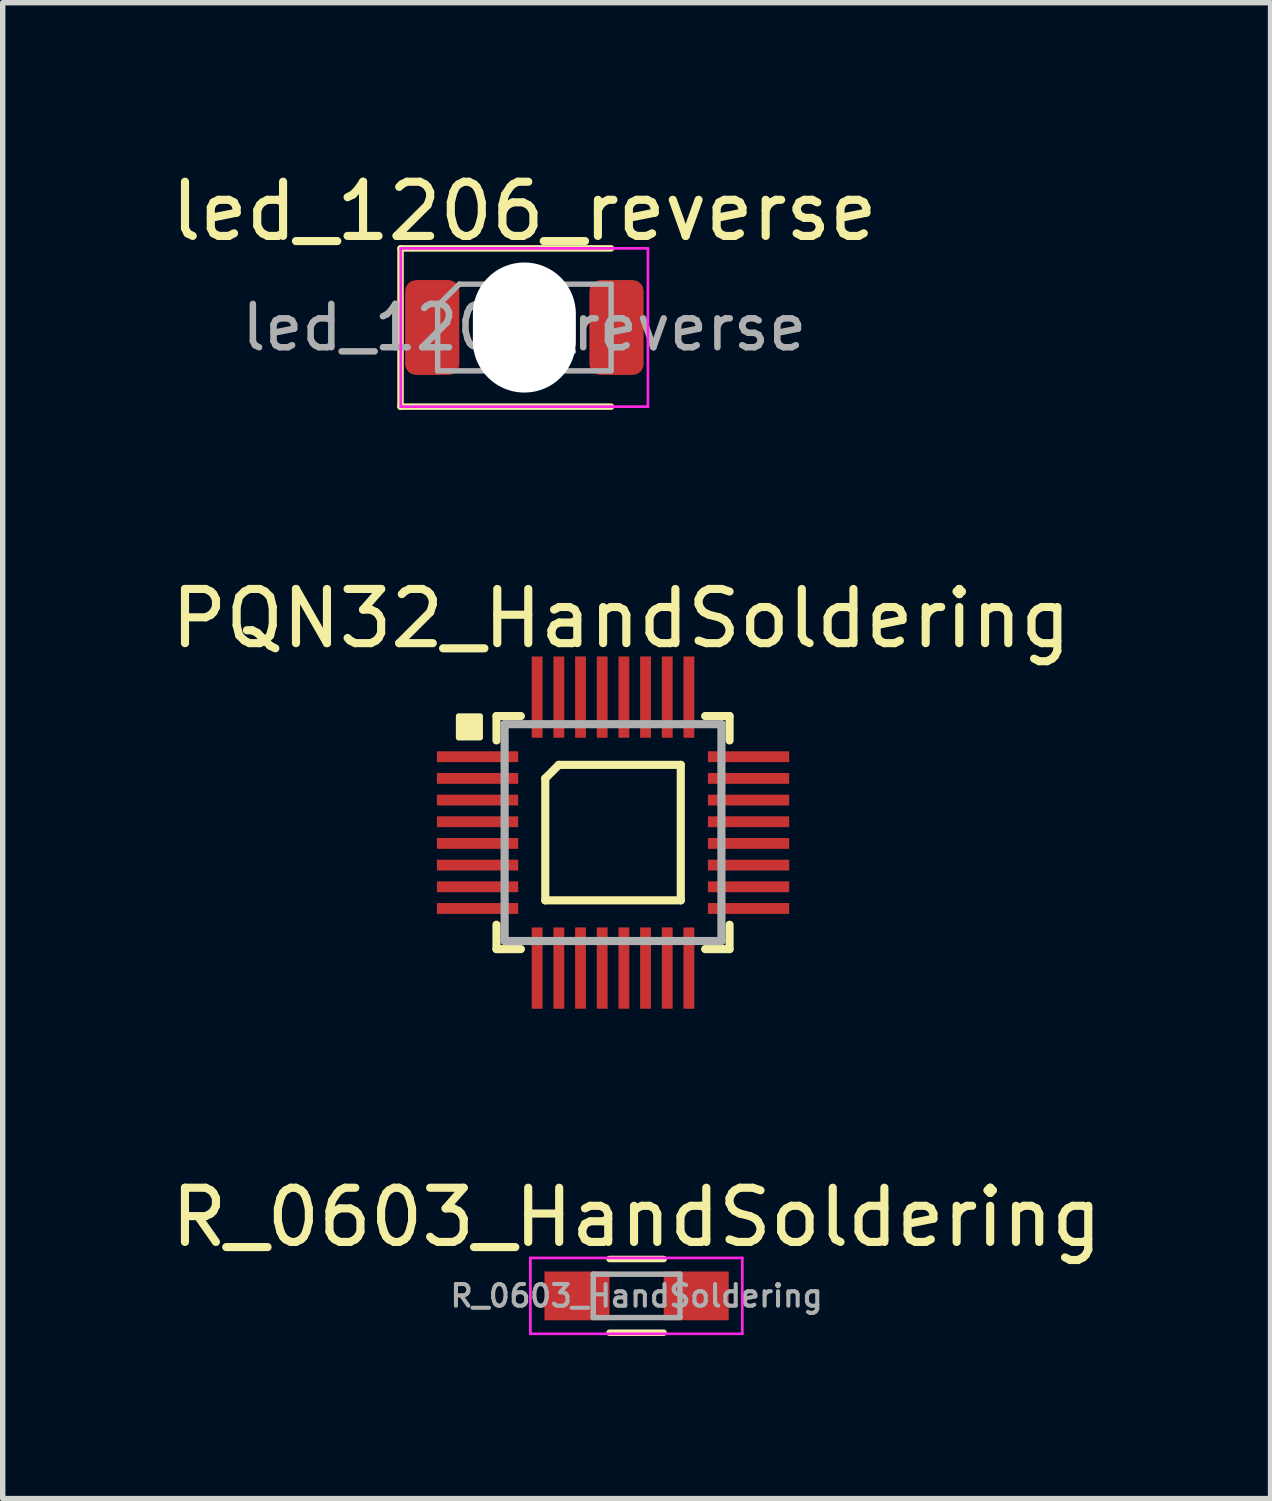
<source format=kicad_pcb>
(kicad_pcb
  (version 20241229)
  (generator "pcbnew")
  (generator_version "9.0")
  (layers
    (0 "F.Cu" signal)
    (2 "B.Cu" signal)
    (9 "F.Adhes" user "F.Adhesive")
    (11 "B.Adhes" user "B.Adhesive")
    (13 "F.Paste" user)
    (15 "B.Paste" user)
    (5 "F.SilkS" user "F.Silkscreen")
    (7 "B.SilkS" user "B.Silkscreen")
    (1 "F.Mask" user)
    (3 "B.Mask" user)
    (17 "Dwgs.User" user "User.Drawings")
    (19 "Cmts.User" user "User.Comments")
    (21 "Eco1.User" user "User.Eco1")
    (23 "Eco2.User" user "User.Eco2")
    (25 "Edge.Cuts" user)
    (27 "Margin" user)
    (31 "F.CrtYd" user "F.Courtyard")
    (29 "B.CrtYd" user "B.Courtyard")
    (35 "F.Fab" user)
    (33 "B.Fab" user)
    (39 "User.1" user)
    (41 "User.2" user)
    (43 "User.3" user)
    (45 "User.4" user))
  (footprint "R_0603_HandSoldering"
    (layer "F.Cu")
    (at 8.696 20.86)
    (property "Reference" "R_0603_HandSoldering" (at 0 -1.45 0) (layer "F.SilkS") (effects (font (size 1 1) (thickness 0.15))))
    (attr smd)
    (fp_line (start -0.5 -0.68) (end 0.5 -0.68) (stroke (width 0.12) (type solid)) (layer "F.SilkS"))
    (fp_line (start 0.5 0.68) (end -0.5 0.68) (stroke (width 0.12) (type solid)) (layer "F.SilkS"))
    (fp_line (start -1.96 -0.7) (end -1.96 0.7) (stroke (width 0.05) (type solid)) (layer "F.CrtYd"))
    (fp_line (start -1.96 -0.7) (end 1.95 -0.7) (stroke (width 0.05) (type solid)) (layer "F.CrtYd"))
    (fp_line (start 1.95 0.7) (end -1.96 0.7) (stroke (width 0.05) (type solid)) (layer "F.CrtYd"))
    (fp_line (start 1.95 0.7) (end 1.95 -0.7) (stroke (width 0.05) (type solid)) (layer "F.CrtYd"))
    (fp_line (start -0.8 -0.4) (end 0.8 -0.4) (stroke (width 0.1) (type solid)) (layer "F.Fab"))
    (fp_line (start -0.8 0.4) (end -0.8 -0.4) (stroke (width 0.1) (type solid)) (layer "F.Fab"))
    (fp_line (start 0.8 -0.4) (end 0.8 0.4) (stroke (width 0.1) (type solid)) (layer "F.Fab"))
    (fp_line (start 0.8 0.4) (end -0.8 0.4) (stroke (width 0.1) (type solid)) (layer "F.Fab"))
    (fp_text user "${REFERENCE}" (at 0 0 0) (layer "F.Fab") (effects (font (size 0.4 0.4) (thickness 0.075))))
    (pad "1" smd rect (at -1.1 0) (size 1.2 0.9) (layers "F.Cu" "F.Mask" "F.Paste"))
    (pad "2" smd rect (at 1.1 0) (size 1.2 0.9) (layers "F.Cu" "F.Mask" "F.Paste")))
  (footprint "PQN32_HandSoldering"
    (layer "F.Cu")
    (at 8.261 12.312)
    (property "Reference" "PQN32_HandSoldering" (at 0.15 -3.95 0) (layer "F.SilkS") (effects (font (size 1 1) (thickness 0.15))))
    (fp_line (start -2.15 -2.15) (end -1.7 -2.15) (stroke (width 0.15) (type solid)) (layer "F.SilkS"))
    (fp_line (start -2.15 -1.7) (end -2.15 -2.15) (stroke (width 0.15) (type solid)) (layer "F.SilkS"))
    (fp_line (start -2.15 2.15) (end -2.15 1.7) (stroke (width 0.15) (type solid)) (layer "F.SilkS"))
    (fp_line (start -1.7 2.15) (end -2.15 2.15) (stroke (width 0.15) (type solid)) (layer "F.SilkS"))
    (fp_line (start -1.25 -1) (end -1 -1.25) (stroke (width 0.15) (type solid)) (layer "F.SilkS"))
    (fp_line (start -1.25 1.25) (end -1.25 -1) (stroke (width 0.15) (type solid)) (layer "F.SilkS"))
    (fp_line (start -1 -1.25) (end 1.25 -1.25) (stroke (width 0.15) (type solid)) (layer "F.SilkS"))
    (fp_line (start 1.25 -1.25) (end 1.25 1.25) (stroke (width 0.15) (type solid)) (layer "F.SilkS"))
    (fp_line (start 1.25 1.25) (end -1.25 1.25) (stroke (width 0.15) (type solid)) (layer "F.SilkS"))
    (fp_line (start 1.7 -2.15) (end 2.15 -2.15) (stroke (width 0.15) (type solid)) (layer "F.SilkS"))
    (fp_line (start 2.15 -2.15) (end 2.15 -1.7) (stroke (width 0.15) (type solid)) (layer "F.SilkS"))
    (fp_line (start 2.15 1.7) (end 2.15 2.15) (stroke (width 0.15) (type solid)) (layer "F.SilkS"))
    (fp_line (start 2.15 2.15) (end 1.7 2.15) (stroke (width 0.15) (type solid)) (layer "F.SilkS"))
    (fp_poly (pts (xy -2.45 -1.75) (xy -2.85 -1.75) (xy -2.85 -2.15) (xy -2.45 -2.15)) (stroke (width 0.1) (type solid)) (fill yes) (layer "F.SilkS"))
    (fp_line (start -2 -2) (end 2 -2) (stroke (width 0.15) (type solid)) (layer "F.Fab"))
    (fp_line (start -2 2) (end -2 -2) (stroke (width 0.15) (type solid)) (layer "F.Fab"))
    (fp_line (start 2 -2) (end 2 2) (stroke (width 0.15) (type solid)) (layer "F.Fab"))
    (fp_line (start 2 2) (end -2 2) (stroke (width 0.15) (type solid)) (layer "F.Fab"))
    (pad "1" smd rect (at -2.5 -1.4) (size 1.5 0.2) (layers "F.Cu" "F.Mask" "F.Paste"))
    (pad "2" smd rect (at -2.5 -1) (size 1.5 0.2) (layers "F.Cu" "F.Mask" "F.Paste"))
    (pad "3" smd rect (at -2.5 -0.6) (size 1.5 0.2) (layers "F.Cu" "F.Mask" "F.Paste"))
    (pad "4" smd rect (at -2.5 -0.2) (size 1.5 0.2) (layers "F.Cu" "F.Mask" "F.Paste"))
    (pad "5" smd rect (at -2.5 0.2) (size 1.5 0.2) (layers "F.Cu" "F.Mask" "F.Paste"))
    (pad "6" smd rect (at -2.5 0.6) (size 1.5 0.2) (layers "F.Cu" "F.Mask" "F.Paste"))
    (pad "7" smd rect (at -2.5 1) (size 1.5 0.2) (layers "F.Cu" "F.Mask" "F.Paste"))
    (pad "8" smd rect (at -2.5 1.4) (size 1.5 0.2) (layers "F.Cu" "F.Mask" "F.Paste"))
    (pad "9" smd rect (at -1.4 2.5 90) (size 1.5 0.2) (layers "F.Cu" "F.Mask" "F.Paste"))
    (pad "10" smd rect (at -1 2.5 90) (size 1.5 0.2) (layers "F.Cu" "F.Mask" "F.Paste"))
    (pad "11" smd rect (at -0.6 2.5 90) (size 1.5 0.2) (layers "F.Cu" "F.Mask" "F.Paste"))
    (pad "12" smd rect (at -0.2 2.5 90) (size 1.5 0.2) (layers "F.Cu" "F.Mask" "F.Paste"))
    (pad "13" smd rect (at 0.2 2.5 90) (size 1.5 0.2) (layers "F.Cu" "F.Mask" "F.Paste"))
    (pad "14" smd rect (at 0.6 2.5 90) (size 1.5 0.2) (layers "F.Cu" "F.Mask" "F.Paste"))
    (pad "15" smd rect (at 1 2.5 90) (size 1.5 0.2) (layers "F.Cu" "F.Mask" "F.Paste"))
    (pad "16" smd rect (at 1.4 2.5 90) (size 1.5 0.2) (layers "F.Cu" "F.Mask" "F.Paste"))
    (pad "17" smd rect (at 2.5 1.4 180) (size 1.5 0.2) (layers "F.Cu" "F.Mask" "F.Paste"))
    (pad "18" smd rect (at 2.5 1 180) (size 1.5 0.2) (layers "F.Cu" "F.Mask" "F.Paste"))
    (pad "19" smd rect (at 2.5 0.6 180) (size 1.5 0.2) (layers "F.Cu" "F.Mask" "F.Paste"))
    (pad "20" smd rect (at 2.5 0.2 180) (size 1.5 0.2) (layers "F.Cu" "F.Mask" "F.Paste"))
    (pad "21" smd rect (at 2.5 -0.2 180) (size 1.5 0.2) (layers "F.Cu" "F.Mask" "F.Paste"))
    (pad "22" smd rect (at 2.5 -0.6 180) (size 1.5 0.2) (layers "F.Cu" "F.Mask" "F.Paste"))
    (pad "23" smd rect (at 2.5 -1 180) (size 1.5 0.2) (layers "F.Cu" "F.Mask" "F.Paste"))
    (pad "24" smd rect (at 2.5 -1.4 180) (size 1.5 0.2) (layers "F.Cu" "F.Mask" "F.Paste"))
    (pad "25" smd rect (at 1.4 -2.5 270) (size 1.5 0.2) (layers "F.Cu" "F.Mask" "F.Paste"))
    (pad "26" smd rect (at 1 -2.5 270) (size 1.5 0.2) (layers "F.Cu" "F.Mask" "F.Paste"))
    (pad "27" smd rect (at 0.6 -2.5 270) (size 1.5 0.2) (layers "F.Cu" "F.Mask" "F.Paste"))
    (pad "28" smd rect (at 0.2 -2.5 270) (size 1.5 0.2) (layers "F.Cu" "F.Mask" "F.Paste"))
    (pad "29" smd rect (at -0.2 -2.5 270) (size 1.5 0.2) (layers "F.Cu" "F.Mask" "F.Paste"))
    (pad "30" smd rect (at -0.6 -2.5 270) (size 1.5 0.2) (layers "F.Cu" "F.Mask" "F.Paste"))
    (pad "31" smd rect (at -1 -2.5 270) (size 1.5 0.2) (layers "F.Cu" "F.Mask" "F.Paste"))
    (pad "32" smd rect (at -1.4 -2.5 270) (size 1.5 0.2) (layers "F.Cu" "F.Mask" "F.Paste")))
  (footprint "led_1206_reverse"
    (layer "F.Cu")
    (at 6.625 2.993)
    (property "Reference" "led_1206_reverse" (at 0 -2.145 0) (layer "F.SilkS") (effects (font (size 1 1) (thickness 0.15))))
    (attr smd)
    (fp_line (start -2.285 -1.46) (end -2.285 1.46) (stroke (width 0.12) (type solid)) (layer "F.SilkS"))
    (fp_line (start -2.285 1.46) (end 1.6 1.46) (stroke (width 0.12) (type solid)) (layer "F.SilkS"))
    (fp_line (start 1.6 -1.46) (end -2.285 -1.46) (stroke (width 0.12) (type solid)) (layer "F.SilkS"))
    (fp_line (start -2.28 -1.46) (end 2.28 -1.46) (stroke (width 0.05) (type solid)) (layer "F.CrtYd"))
    (fp_line (start -2.28 1.46) (end -2.28 -1.46) (stroke (width 0.05) (type solid)) (layer "F.CrtYd"))
    (fp_line (start 2.28 -1.46) (end 2.28 1.46) (stroke (width 0.05) (type solid)) (layer "F.CrtYd"))
    (fp_line (start 2.28 1.46) (end -2.28 1.46) (stroke (width 0.05) (type solid)) (layer "F.CrtYd"))
    (fp_line (start -1.6 -0.4) (end -1.6 0.8) (stroke (width 0.1) (type solid)) (layer "F.Fab"))
    (fp_line (start -1.6 0.8) (end 1.6 0.8) (stroke (width 0.1) (type solid)) (layer "F.Fab"))
    (fp_line (start -1.2 -0.8) (end -1.6 -0.4) (stroke (width 0.1) (type solid)) (layer "F.Fab"))
    (fp_line (start 1.6 -0.8) (end -1.2 -0.8) (stroke (width 0.1) (type solid)) (layer "F.Fab"))
    (fp_line (start 1.6 0.8) (end 1.6 -0.8) (stroke (width 0.1) (type solid)) (layer "F.Fab"))
    (fp_text user "${REFERENCE}" (at 0 0 0) (layer "F.Fab") (effects (font (size 0.8 0.8) (thickness 0.12))))
    (pad "" np_thru_hole oval (at 0 0) (size 1.9 2.4) (drill oval 1.9 2.4) (layers "*.Cu" "*.Mask"))
    (pad "1" smd roundrect (at -1.7 0) (size 1 1.75) (layers "F.Cu" "F.Mask" "F.Paste") (roundrect_rratio 0.2))
    (pad "2" smd roundrect (at 1.7 0) (size 1 1.75) (layers "F.Cu" "F.Mask" "F.Paste") (roundrect_rratio 0.2)))
  (gr_rect
    (start -3 -3)
    (end 20.393 24.6)
    (stroke (width 0.1) (type default))
    (fill no)
    (layer "Edge.Cuts")))
</source>
